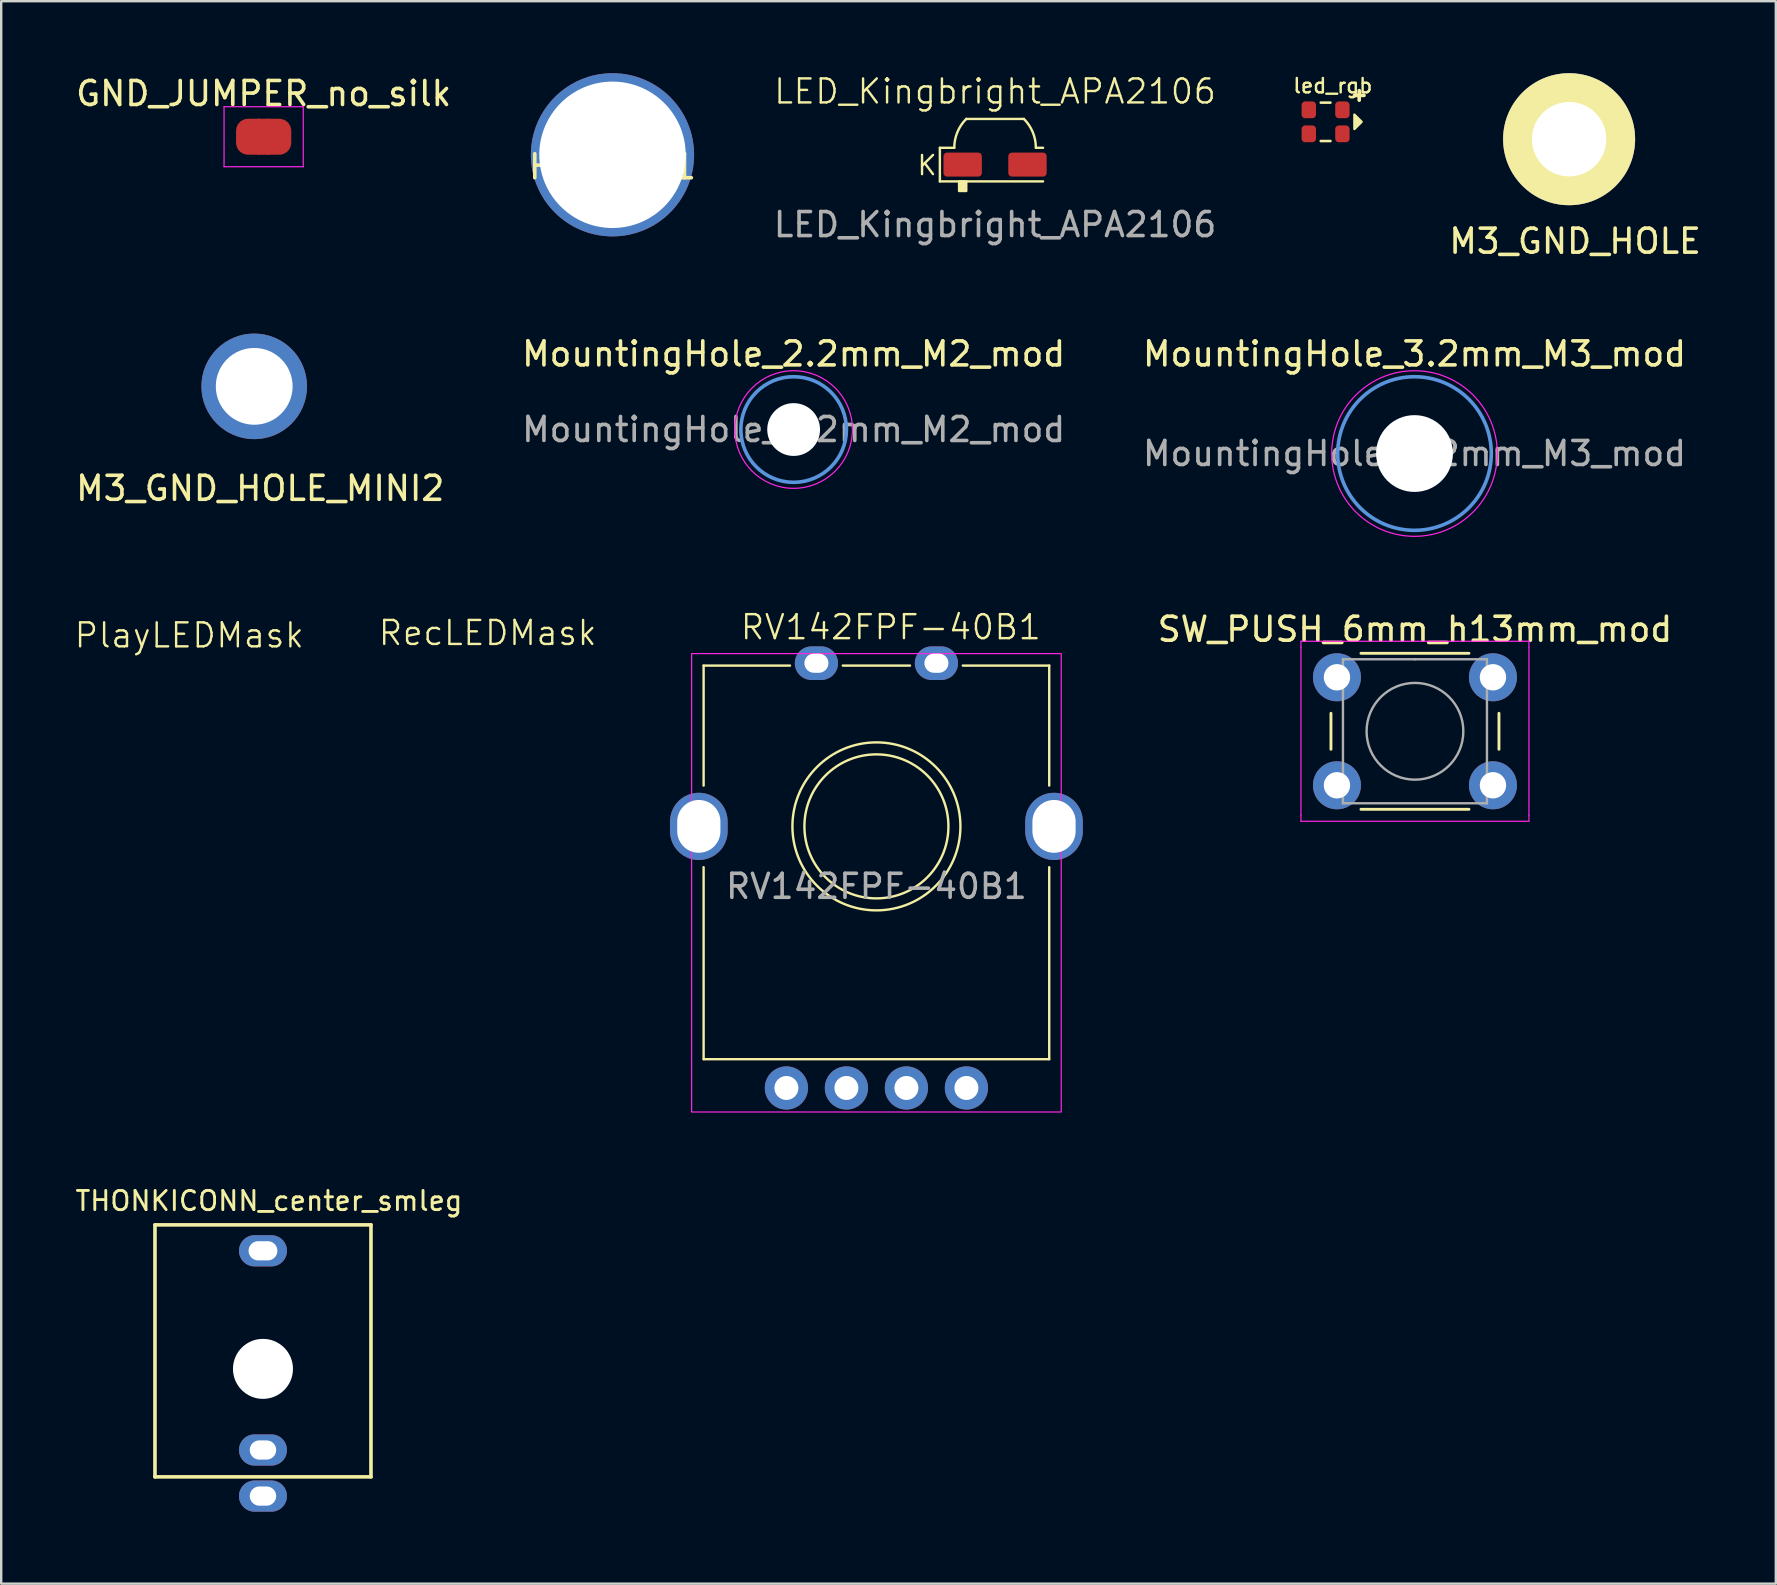
<source format=kicad_pcb>
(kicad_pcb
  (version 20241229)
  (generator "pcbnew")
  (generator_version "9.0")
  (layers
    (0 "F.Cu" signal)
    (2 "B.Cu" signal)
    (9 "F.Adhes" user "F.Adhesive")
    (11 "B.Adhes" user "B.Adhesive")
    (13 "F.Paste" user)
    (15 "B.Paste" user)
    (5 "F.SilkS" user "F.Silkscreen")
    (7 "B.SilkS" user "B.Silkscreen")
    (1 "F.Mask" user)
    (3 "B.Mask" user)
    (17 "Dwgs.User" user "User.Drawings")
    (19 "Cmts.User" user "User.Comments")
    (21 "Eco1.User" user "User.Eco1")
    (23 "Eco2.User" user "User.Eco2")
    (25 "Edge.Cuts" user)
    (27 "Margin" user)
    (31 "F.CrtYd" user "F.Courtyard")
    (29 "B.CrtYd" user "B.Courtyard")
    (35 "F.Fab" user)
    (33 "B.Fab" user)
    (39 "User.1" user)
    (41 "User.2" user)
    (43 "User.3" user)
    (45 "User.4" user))
  (footprint "PlayLEDMask"
    (layer "F.Cu")
    (at 4.836 23.922)
    (property "Reference" "PlayLEDMask" (at 0 -0.5 0) (unlocked yes) (layer "F.SilkS") (effects (font (size 1 1) (thickness 0.1))))
    (attr smd)
    (fp_poly (pts (xy -0.9 -1.4) (xy -0.9 1.4) (xy 1.5 0)) (stroke (width 0) (type solid)) (fill yes) (layer "F.Mask"))
    (fp_poly (pts (xy -0.9 1.4) (xy -0.9 -1.4) (xy 1.5 0)) (stroke (width 0) (type solid)) (fill yes) (layer "B.Mask"))
    (zone (net_name "") (layers "F.Cu" "F.Mask" "B.Cu") (hatch edge 0.5) (connect_pads) (min_thickness 0.25) (filled_areas_thickness no) (keepout (tracks allowed) (vias allowed) (pads allowed) (copperpour not_allowed) (footprints allowed)) (placement (enabled no)) (fill) (polygon (pts (xy 3.836 25.521) (xy 6.536 23.922) (xy 3.836 22.322)))))
  (footprint "THONKICONN_center_smleg"
    (layer "F.Cu")
    (at 7.907 53.986)
    (property "Reference" "THONKICONN_center_smleg" (at 0.25 -7 0) (layer "F.SilkS") (effects (font (size 0.8 0.8) (thickness 0.12))))
    (attr through_hole)
    (fp_line (start -4.5 -6) (end -4.5 4.5) (stroke (width 0.15) (type solid)) (layer "F.SilkS"))
    (fp_line (start -4.5 4.5) (end 4.5 4.5) (stroke (width 0.15) (type solid)) (layer "F.SilkS"))
    (fp_line (start 4.5 -6) (end -4.5 -6) (stroke (width 0.15) (type solid)) (layer "F.SilkS"))
    (fp_line (start 4.5 4.5) (end 4.5 -6) (stroke (width 0.15) (type solid)) (layer "F.SilkS"))
    (pad "" np_thru_hole circle (at 0 0) (size 2.5 2.5) (drill 2.5) (layers "*.Cu" "*.Mask"))
    (pad "1" thru_hole oval (at 0 5.3) (size 2 1.3) (drill oval 1.1 0.8) (layers "*.Cu" "*.Mask"))
    (pad "2" thru_hole oval (at 0 3.38) (size 2 1.3) (drill oval 1.1 0.8) (layers "*.Cu" "*.Mask"))
    (pad "3" thru_hole oval (at 0 -4.92) (size 2 1.3) (drill oval 1.2 0.8) (layers "*.Cu" "*.Mask")))
  (footprint "HOLE_6.1"
    (placed yes)
    (layer "F.Cu")
    (at 22.47 3.4)
    (property "Reference" "HOLE_6.1" (at 0 0.5 0) (layer "F.SilkS") (effects (font (size 1 1) (thickness 0.15))))
    (attr through_hole)
    (pad "1" thru_hole circle (at 0 0) (size 6.8 6.8) (drill 6.1) (layers "*.Cu" "*.Mask")))
  (footprint "GND_JUMPER_no_silk"
    (layer "F.Cu")
    (at 7.935 2.648)
    (property "Reference" "GND_JUMPER_no_silk" (at 0 -1.8 180) (layer "F.SilkS") (effects (font (size 1 1) (thickness 0.15))))
    (attr exclude_from_pos_files)
    (fp_poly (pts (xy 0.25 -0.75) (xy -0.25 -0.75) (xy -0.25 0.75) (xy 0.25 0.75)) (stroke (width 0) (type solid)) (fill yes) (layer "F.Cu"))
    (fp_line (start -1.65 -1.25) (end -1.65 1.25) (stroke (width 0.05) (type solid)) (layer "F.CrtYd"))
    (fp_line (start -1.65 -1.25) (end 1.65 -1.25) (stroke (width 0.05) (type solid)) (layer "F.CrtYd"))
    (fp_line (start 1.65 1.25) (end -1.65 1.25) (stroke (width 0.05) (type solid)) (layer "F.CrtYd"))
    (fp_line (start 1.65 1.25) (end 1.65 -1.25) (stroke (width 0.05) (type solid)) (layer "F.CrtYd"))
    (pad "1" smd custom (at -0.65 0) (size 1 0.5) (layers "F.Cu") (options (anchor rect)) (primitives (gr_circle (center 0 0.25) (end 0.5 0.25) (width 0) (fill yes)) (gr_circle (center 0 -0.25) (end 0.5 -0.25) (width 0) (fill yes)) (gr_poly (pts (xy 0.5 0.75) (xy 0 0.75) (xy 0 -0.75) (xy 0.5 -0.75)) (width 0) (fill yes))))
    (pad "2" smd custom (at 0.65 0) (size 1 0.5) (layers "F.Cu") (options (anchor rect)) (primitives (gr_circle (center 0 0.25) (end 0.5 0.25) (width 0) (fill yes)) (gr_circle (center 0 -0.25) (end 0.5 -0.25) (width 0) (fill yes)) (gr_poly (pts (xy 0 0.75) (xy -0.5 0.75) (xy -0.5 -0.75) (xy 0 -0.75)) (width 0) (fill yes)))))
  (footprint "MountingHole_2.2mm_M2_mod"
    (layer "F.Cu")
    (at 30.018 14.847)
    (property "Reference" "MountingHole_2.2mm_M2_mod" (at 0 -3.15 0) (layer "F.SilkS") (effects (font (size 1 1) (thickness 0.15))))
    (attr exclude_from_pos_files exclude_from_bom)
    (fp_circle (center 0 0) (end 2.2 0) (stroke (width 0.15) (type solid)) (fill no) (layer "Cmts.User"))
    (fp_circle (center 0 0) (end 2.45 0) (stroke (width 0.05) (type solid)) (fill no) (layer "F.CrtYd"))
    (fp_text user "${REFERENCE}" (at 0 0 0) (layer "F.Fab") (effects (font (size 1 1) (thickness 0.15))))
    (pad "" np_thru_hole circle (at 0 0) (size 2.2 2.2) (drill 2.2) (layers "*.Cu" "*.Mask"))
    (zone (net_name "") (layers "F.Cu" "B.Cu" "F.SilkS") (hatch edge 0.5) (connect_pads) (min_thickness 0.25) (filled_areas_thickness no) (keepout (tracks allowed) (vias allowed) (pads allowed) (copperpour not_allowed) (footprints allowed)) (placement (enabled no)) (fill) (polygon (pts (xy 32.218 14.847) (xy 32.207 15.062) (xy 32.176 15.276) (xy 32.123 15.485) (xy 32.05 15.688) (xy 31.958 15.884) (xy 31.847 16.069) (xy 31.718 16.242) (xy 31.573 16.402) (xy 31.414 16.547) (xy 31.24 16.676) (xy 31.055 16.787) (xy 30.86 16.879) (xy 30.656 16.952) (xy 30.447 17.004) (xy 30.233 17.036) (xy 30.018 17.047) (xy 29.802 17.036) (xy 29.589 17.004) (xy 29.379 16.952) (xy 29.176 16.879) (xy 28.981 16.787) (xy 28.796 16.676) (xy 28.622 16.547) (xy 28.462 16.402) (xy 28.317 16.242) (xy 28.189 16.069) (xy 28.078 15.884) (xy 27.985 15.688) (xy 27.913 15.485) (xy 27.86 15.276) (xy 27.828 15.062) (xy 27.818 14.847) (xy 27.828 14.631) (xy 27.86 14.417) (xy 27.913 14.208) (xy 27.985 14.005) (xy 28.078 13.809) (xy 28.189 13.624) (xy 28.317 13.451) (xy 28.462 13.291) (xy 28.622 13.146) (xy 28.796 13.017) (xy 28.981 12.906) (xy 29.176 12.814) (xy 29.379 12.741) (xy 29.589 12.689) (xy 29.802 12.657) (xy 30.018 12.646) (xy 30.233 12.657) (xy 30.447 12.689) (xy 30.656 12.741) (xy 30.86 12.814) (xy 31.055 12.906) (xy 31.24 13.017) (xy 31.414 13.146) (xy 31.573 13.291) (xy 31.718 13.451) (xy 31.847 13.624) (xy 31.958 13.809) (xy 32.05 14.005) (xy 32.123 14.208) (xy 32.176 14.417) (xy 32.207 14.631)))))
  (footprint "RV142FPF-40B1"
    (layer "F.Cu")
    (at 33.467 31.382)
    (property "Reference" "RV142FPF-40B1" (at 0.6 -8.3 0) (unlocked yes) (layer "F.SilkS") (effects (font (size 1 1) (thickness 0.1))))
    (attr smd)
    (fp_line (start -7.2 -6.7) (end -7.2 -1.7) (stroke (width 0.1) (type default)) (layer "F.SilkS"))
    (fp_line (start -7.2 -6.7) (end -3.6 -6.7) (stroke (width 0.1) (type default)) (layer "F.SilkS"))
    (fp_line (start -7.2 1.7) (end -7.2 9.7) (stroke (width 0.1) (type default)) (layer "F.SilkS"))
    (fp_line (start -7.2 9.7) (end 7.2 9.7) (stroke (width 0.1) (type default)) (layer "F.SilkS"))
    (fp_line (start -1.4 -6.7) (end 1.4 -6.7) (stroke (width 0.1) (type default)) (layer "F.SilkS"))
    (fp_line (start 3.6 -6.7) (end 7.2 -6.7) (stroke (width 0.1) (type default)) (layer "F.SilkS"))
    (fp_line (start 7.2 -6.7) (end 7.2 -1.7) (stroke (width 0.1) (type default)) (layer "F.SilkS"))
    (fp_line (start 7.2 9.7) (end 7.2 1.7) (stroke (width 0.1) (type default)) (layer "F.SilkS"))
    (fp_circle (center 0 0) (end 3 0) (stroke (width 0.1) (type default)) (fill no) (layer "F.SilkS"))
    (fp_circle (center 0 0) (end 3.5 0) (stroke (width 0.1) (type default)) (fill no) (layer "F.SilkS"))
    (fp_rect (start -7.7 -7.2) (end 7.7 11.9) (stroke (width 0.05) (type default)) (fill no) (layer "F.CrtYd"))
    (fp_text user "${REFERENCE}" (at 0 2.5 0) (unlocked yes) (layer "F.Fab") (effects (font (size 1 1) (thickness 0.15))))
    (pad "" thru_hole oval (at -7.4 0) (size 2.4 2.8) (drill oval 1.8 2.2) (layers "*.Cu" "*.Mask"))
    (pad "" thru_hole oval (at 7.4 0) (size 2.4 2.8) (drill oval 1.8 2.2) (layers "*.Cu" "*.Mask"))
    (pad "1" thru_hole circle (at -3.75 10.9) (size 1.8 1.8) (drill 1) (layers "*.Cu" "*.Mask"))
    (pad "2" thru_hole circle (at -1.25 10.9) (size 1.8 1.8) (drill 1) (layers "*.Cu" "*.Mask"))
    (pad "3" thru_hole circle (at 1.25 10.9) (size 1.8 1.8) (drill 1) (layers "*.Cu" "*.Mask"))
    (pad "4" thru_hole circle (at 3.75 10.9) (size 1.8 1.8) (drill 1) (layers "*.Cu" "*.Mask"))
    (pad "5" thru_hole oval (at -2.5 -6.8) (size 1.8 1.4) (drill oval 1 0.8) (layers "*.Cu" "*.Mask"))
    (pad "6" thru_hole oval (at 2.5 -6.8) (size 1.8 1.4) (drill oval 1 0.8) (layers "*.Cu" "*.Mask")))
  (footprint "SW_PUSH_6mm_h13mm_mod"
    (placed yes)
    (layer "F.Cu")
    (at 55.906 27.42)
    (property "Reference" "SW_PUSH_6mm_h13mm_mod" (at 0 -4.25 0) (layer "F.SilkS") (effects (font (size 1 1) (thickness 0.15))))
    (attr through_hole)
    (fp_line (start -3.5 -0.75) (end -3.5 0.75) (stroke (width 0.12) (type solid)) (layer "F.SilkS"))
    (fp_line (start -2.25 3.25) (end 2.25 3.25) (stroke (width 0.12) (type solid)) (layer "F.SilkS"))
    (fp_line (start 2.25 -3.25) (end -2.25 -3.25) (stroke (width 0.12) (type solid)) (layer "F.SilkS"))
    (fp_line (start 3.5 0.75) (end 3.5 -0.75) (stroke (width 0.12) (type solid)) (layer "F.SilkS"))
    (fp_line (start -4.75 -3.75) (end -4.5 -3.75) (stroke (width 0.05) (type solid)) (layer "F.CrtYd"))
    (fp_line (start -4.75 -3.5) (end -4.75 -3.75) (stroke (width 0.05) (type solid)) (layer "F.CrtYd"))
    (fp_line (start -4.75 3.5) (end -4.75 -3.5) (stroke (width 0.05) (type solid)) (layer "F.CrtYd"))
    (fp_line (start -4.75 3.5) (end -4.75 3.75) (stroke (width 0.05) (type solid)) (layer "F.CrtYd"))
    (fp_line (start -4.75 3.75) (end -4.5 3.75) (stroke (width 0.05) (type solid)) (layer "F.CrtYd"))
    (fp_line (start -4.5 -3.75) (end 4.5 -3.75) (stroke (width 0.05) (type solid)) (layer "F.CrtYd"))
    (fp_line (start 4.5 -3.75) (end 4.75 -3.75) (stroke (width 0.05) (type solid)) (layer "F.CrtYd"))
    (fp_line (start 4.5 3.75) (end -4.5 3.75) (stroke (width 0.05) (type solid)) (layer "F.CrtYd"))
    (fp_line (start 4.5 3.75) (end 4.75 3.75) (stroke (width 0.05) (type solid)) (layer "F.CrtYd"))
    (fp_line (start 4.75 -3.75) (end 4.75 -3.5) (stroke (width 0.05) (type solid)) (layer "F.CrtYd"))
    (fp_line (start 4.75 -3.5) (end 4.75 3.5) (stroke (width 0.05) (type solid)) (layer "F.CrtYd"))
    (fp_line (start 4.75 3.75) (end 4.75 3.5) (stroke (width 0.05) (type solid)) (layer "F.CrtYd"))
    (fp_line (start -3 -3) (end 0 -3) (stroke (width 0.1) (type solid)) (layer "F.Fab"))
    (fp_line (start -3 3) (end -3 -3) (stroke (width 0.1) (type solid)) (layer "F.Fab"))
    (fp_line (start 0 -3) (end 3 -3) (stroke (width 0.1) (type solid)) (layer "F.Fab"))
    (fp_line (start 3 -3) (end 3 3) (stroke (width 0.1) (type solid)) (layer "F.Fab"))
    (fp_line (start 3 3) (end -3 3) (stroke (width 0.1) (type solid)) (layer "F.Fab"))
    (fp_circle (center 0 0) (end -2 0.25) (stroke (width 0.1) (type solid)) (fill no) (layer "F.Fab"))
    (pad "1" thru_hole circle (at -3.25 -2.25 90) (size 2 2) (drill 1.1) (layers "*.Cu" "*.Mask"))
    (pad "1" thru_hole circle (at 3.25 -2.25 90) (size 2 2) (drill 1.1) (layers "*.Cu" "*.Mask"))
    (pad "2" thru_hole circle (at -3.25 2.25 90) (size 2 2) (drill 1.1) (layers "*.Cu" "*.Mask"))
    (pad "2" thru_hole circle (at 3.25 2.25 90) (size 2 2) (drill 1.1) (layers "*.Cu" "*.Mask")))
  (footprint "MountingHole_3.2mm_M3_mod"
    (layer "F.Cu")
    (at 55.887 15.847)
    (property "Reference" "MountingHole_3.2mm_M3_mod" (at 0 -4.15 0) (layer "F.SilkS") (effects (font (size 1 1) (thickness 0.15))))
    (attr exclude_from_pos_files exclude_from_bom)
    (fp_circle (center 0 0) (end 3.2 0) (stroke (width 0.15) (type solid)) (fill no) (layer "Cmts.User"))
    (fp_circle (center 0 0) (end 3.45 0) (stroke (width 0.05) (type solid)) (fill no) (layer "F.CrtYd"))
    (fp_text user "${REFERENCE}" (at 0 0 0) (layer "F.Fab") (effects (font (size 1 1) (thickness 0.15))))
    (pad "" np_thru_hole circle (at 0 0) (size 3.2 3.2) (drill 3.2) (layers "*.Cu" "*.Mask"))
    (zone (net_name "") (layers "F.Cu" "B.Cu" "F.SilkS") (hatch edge 0.5) (connect_pads) (min_thickness 0.25) (filled_areas_thickness no) (keepout (tracks allowed) (vias allowed) (pads allowed) (copperpour not_allowed) (footprints allowed)) (placement (enabled no)) (fill) (polygon (pts (xy 59.087 15.847) (xy 59.071 16.16) (xy 59.025 16.471) (xy 58.949 16.775) (xy 58.843 17.071) (xy 58.709 17.355) (xy 58.548 17.624) (xy 58.361 17.877) (xy 58.15 18.109) (xy 57.917 18.32) (xy 57.665 18.507) (xy 57.395 18.669) (xy 57.111 18.803) (xy 56.816 18.909) (xy 56.511 18.985) (xy 56.201 19.031) (xy 55.887 19.047) (xy 55.573 19.031) (xy 55.263 18.985) (xy 54.958 18.909) (xy 54.662 18.803) (xy 54.378 18.669) (xy 54.109 18.507) (xy 53.857 18.32) (xy 53.624 18.109) (xy 53.413 17.877) (xy 53.226 17.624) (xy 53.065 17.355) (xy 52.93 17.071) (xy 52.825 16.775) (xy 52.748 16.471) (xy 52.702 16.16) (xy 52.687 15.847) (xy 52.702 15.533) (xy 52.748 15.222) (xy 52.825 14.918) (xy 52.93 14.622) (xy 53.065 14.338) (xy 53.226 14.069) (xy 53.413 13.816) (xy 53.624 13.584) (xy 53.857 13.373) (xy 54.109 13.186) (xy 54.378 13.024) (xy 54.662 12.89) (xy 54.958 12.784) (xy 55.263 12.708) (xy 55.573 12.662) (xy 55.887 12.646) (xy 56.201 12.662) (xy 56.511 12.708) (xy 56.816 12.784) (xy 57.111 12.89) (xy 57.395 13.024) (xy 57.665 13.186) (xy 57.917 13.373) (xy 58.15 13.584) (xy 58.361 13.816) (xy 58.548 14.069) (xy 58.709 14.338) (xy 58.843 14.622) (xy 58.949 14.918) (xy 59.025 15.222) (xy 59.071 15.533)))))
  (footprint "RecLEDMask"
    (layer "F.Cu")
    (at 17.269 23.822)
    (property "Reference" "RecLEDMask" (at 0 -0.5 0) (unlocked yes) (layer "F.SilkS") (effects (font (size 1 1) (thickness 0.1))))
    (attr smd)
    (fp_circle (center 0 0) (end 1.4 0) (stroke (width 0) (type solid)) (fill yes) (layer "F.Mask"))
    (fp_circle (center 0 0) (end 1.4 0) (stroke (width 0) (type solid)) (fill yes) (layer "B.Mask"))
    (zone (net_name "") (layers "F.Cu" "F.Mask" "B.Cu") (hatch edge 0.5) (connect_pads) (min_thickness 0.25) (filled_areas_thickness no) (keepout (tracks allowed) (vias allowed) (pads allowed) (copperpour not_allowed) (footprints allowed)) (placement (enabled no)) (fill) (polygon (pts (xy 18.769 23.822) (xy 18.74 24.114) (xy 18.655 24.396) (xy 18.516 24.655) (xy 18.33 24.882) (xy 18.102 25.069) (xy 17.843 25.207) (xy 17.562 25.293) (xy 17.269 25.322) (xy 16.976 25.293) (xy 16.695 25.207) (xy 16.436 25.069) (xy 16.208 24.882) (xy 16.022 24.655) (xy 15.883 24.396) (xy 15.798 24.114) (xy 15.769 23.822) (xy 15.798 23.529) (xy 15.883 23.247) (xy 16.022 22.988) (xy 16.208 22.761) (xy 16.436 22.574) (xy 16.695 22.436) (xy 16.976 22.35) (xy 17.269 22.322) (xy 17.562 22.35) (xy 17.843 22.436) (xy 18.102 22.574) (xy 18.33 22.761) (xy 18.516 22.988) (xy 18.655 23.247) (xy 18.74 23.529)))))
  (footprint "M3_GND_HOLE"
    (layer "F.Cu")
    (at 62.329 2.75)
    (property "Reference" "M3_GND_HOLE" (at 0.25 4.25 0) (layer "F.SilkS") (effects (font (size 1 1) (thickness 0.15))))
    (attr through_hole)
    (pad "1" thru_hole circle (at 0 0) (size 5.5 5.5) (drill 3.1) (layers "*.Cu" "*.Mask" "F.SilkS")))
  (footprint "M3_GND_HOLE_MINI2"
    (layer "F.Cu")
    (at 7.542 13.048)
    (property "Reference" "M3_GND_HOLE_MINI2" (at 0.25 4.25 0) (layer "F.SilkS") (effects (font (size 1 1) (thickness 0.15))))
    (attr through_hole)
    (pad "1" thru_hole circle (at 0 0) (size 4.4 4.4) (drill 3.2) (layers "*.Cu" "*.Mask")))
  (footprint "LED_Kingbright_APA2106"
    (layer "F.Cu")
    (at 38.411 3.808)
    (property "Reference" "LED_Kingbright_APA2106" (at 0 -3.048 0) (unlocked yes) (layer "F.SilkS") (effects (font (size 1 1) (thickness 0.1))))
    (attr smd)
    (fp_line (start -2.3 -0.7) (end -1.7 -0.7) (stroke (width 0.1) (type default)) (layer "F.SilkS"))
    (fp_line (start -2.3 0.7) (end -2.3 -0.7) (stroke (width 0.1) (type default)) (layer "F.SilkS"))
    (fp_line (start 1.202 -1.902) (end -1.202 -1.902) (stroke (width 0.1) (type default)) (layer "F.SilkS"))
    (fp_line (start 1.7 -0.7) (end 2 -0.7) (stroke (width 0.1) (type default)) (layer "F.SilkS"))
    (fp_line (start 2 0.7) (end -2.3 0.7) (stroke (width 0.1) (type default)) (layer "F.SilkS"))
    (fp_rect (start -1.5 0.7) (end -1.2 1.1) (stroke (width 0.1) (type solid)) (fill yes) (layer "F.SilkS"))
    (fp_arc (start -1.700001 -0.7) (mid -1.570596 -1.350562) (end -1.202083 -1.902082) (stroke (width 0.1) (type default)) (layer "F.SilkS"))
    (fp_arc (start 1.202082 -1.902082) (mid 1.570596 -1.350562) (end 1.7 -0.7) (stroke (width 0.1) (type default)) (layer "F.SilkS"))
    (fp_text user "K" (at -3.3 0.5 0) (unlocked yes) (layer "F.SilkS") (effects (font (size 0.8 0.8) (thickness 0.1)) (justify left bottom)))
    (fp_text user "${REFERENCE}" (at 0 2.5 0) (unlocked yes) (layer "F.Fab") (effects (font (size 1 1) (thickness 0.15))))
    (pad "1" smd roundrect (at -1.35 0) (size 1.6 1) (layers "F.Cu" "F.Mask" "F.Paste") (roundrect_rratio 0.15))
    (pad "2" smd roundrect (at 1.35 0) (size 1.6 1) (layers "F.Cu" "F.Mask" "F.Paste") (roundrect_rratio 0.15)))
  (footprint "led_rgb"
    (layer "F.Cu")
    (at 52.183 2.026)
    (property "Reference" "led_rgb" (at 0.3 -1.5 180) (layer "F.SilkS") (effects (font (size 0.6 0.6) (thickness 0.1))))
    (attr smd)
    (fp_line (start -0.2 -0.8) (end 0.2 -0.8) (stroke (width 0.11) (type solid)) (layer "F.SilkS"))
    (fp_line (start -0.2 0.8) (end 0.2 0.8) (stroke (width 0.11) (type solid)) (layer "F.SilkS"))
    (fp_line (start 1.2 -1.1) (end 1.6 -1.1) (stroke (width 0.15) (type solid)) (layer "F.SilkS"))
    (fp_line (start 1.4 -0.9) (end 1.4 -1.3) (stroke (width 0.15) (type solid)) (layer "F.SilkS"))
    (fp_poly (pts (xy 1.2 -0.3) (xy 1.2 0.3) (xy 1.5 0)) (stroke (width 0.1) (type solid)) (fill yes) (layer "F.SilkS"))
    (pad "1" smd roundrect (at -0.7 -0.5) (size 0.6 0.7) (layers "F.Cu" "F.Mask" "F.Paste") (roundrect_rratio 0.25))
    (pad "2" smd roundrect (at 0.7 -0.5) (size 0.6 0.7) (layers "F.Cu" "F.Mask" "F.Paste") (roundrect_rratio 0.25))
    (pad "3" smd roundrect (at -0.7 0.5) (size 0.6 0.7) (layers "F.Cu" "F.Mask" "F.Paste") (roundrect_rratio 0.25))
    (pad "4" smd roundrect (at 0.7 0.5) (size 0.6 0.7) (layers "F.Cu" "F.Mask" "F.Paste") (roundrect_rratio 0.25)))
  (gr_rect
    (start -3 -3)
    (end 70.942 62.936)
    (stroke (width 0.1) (type default))
    (fill no)
    (layer "Edge.Cuts")))
</source>
